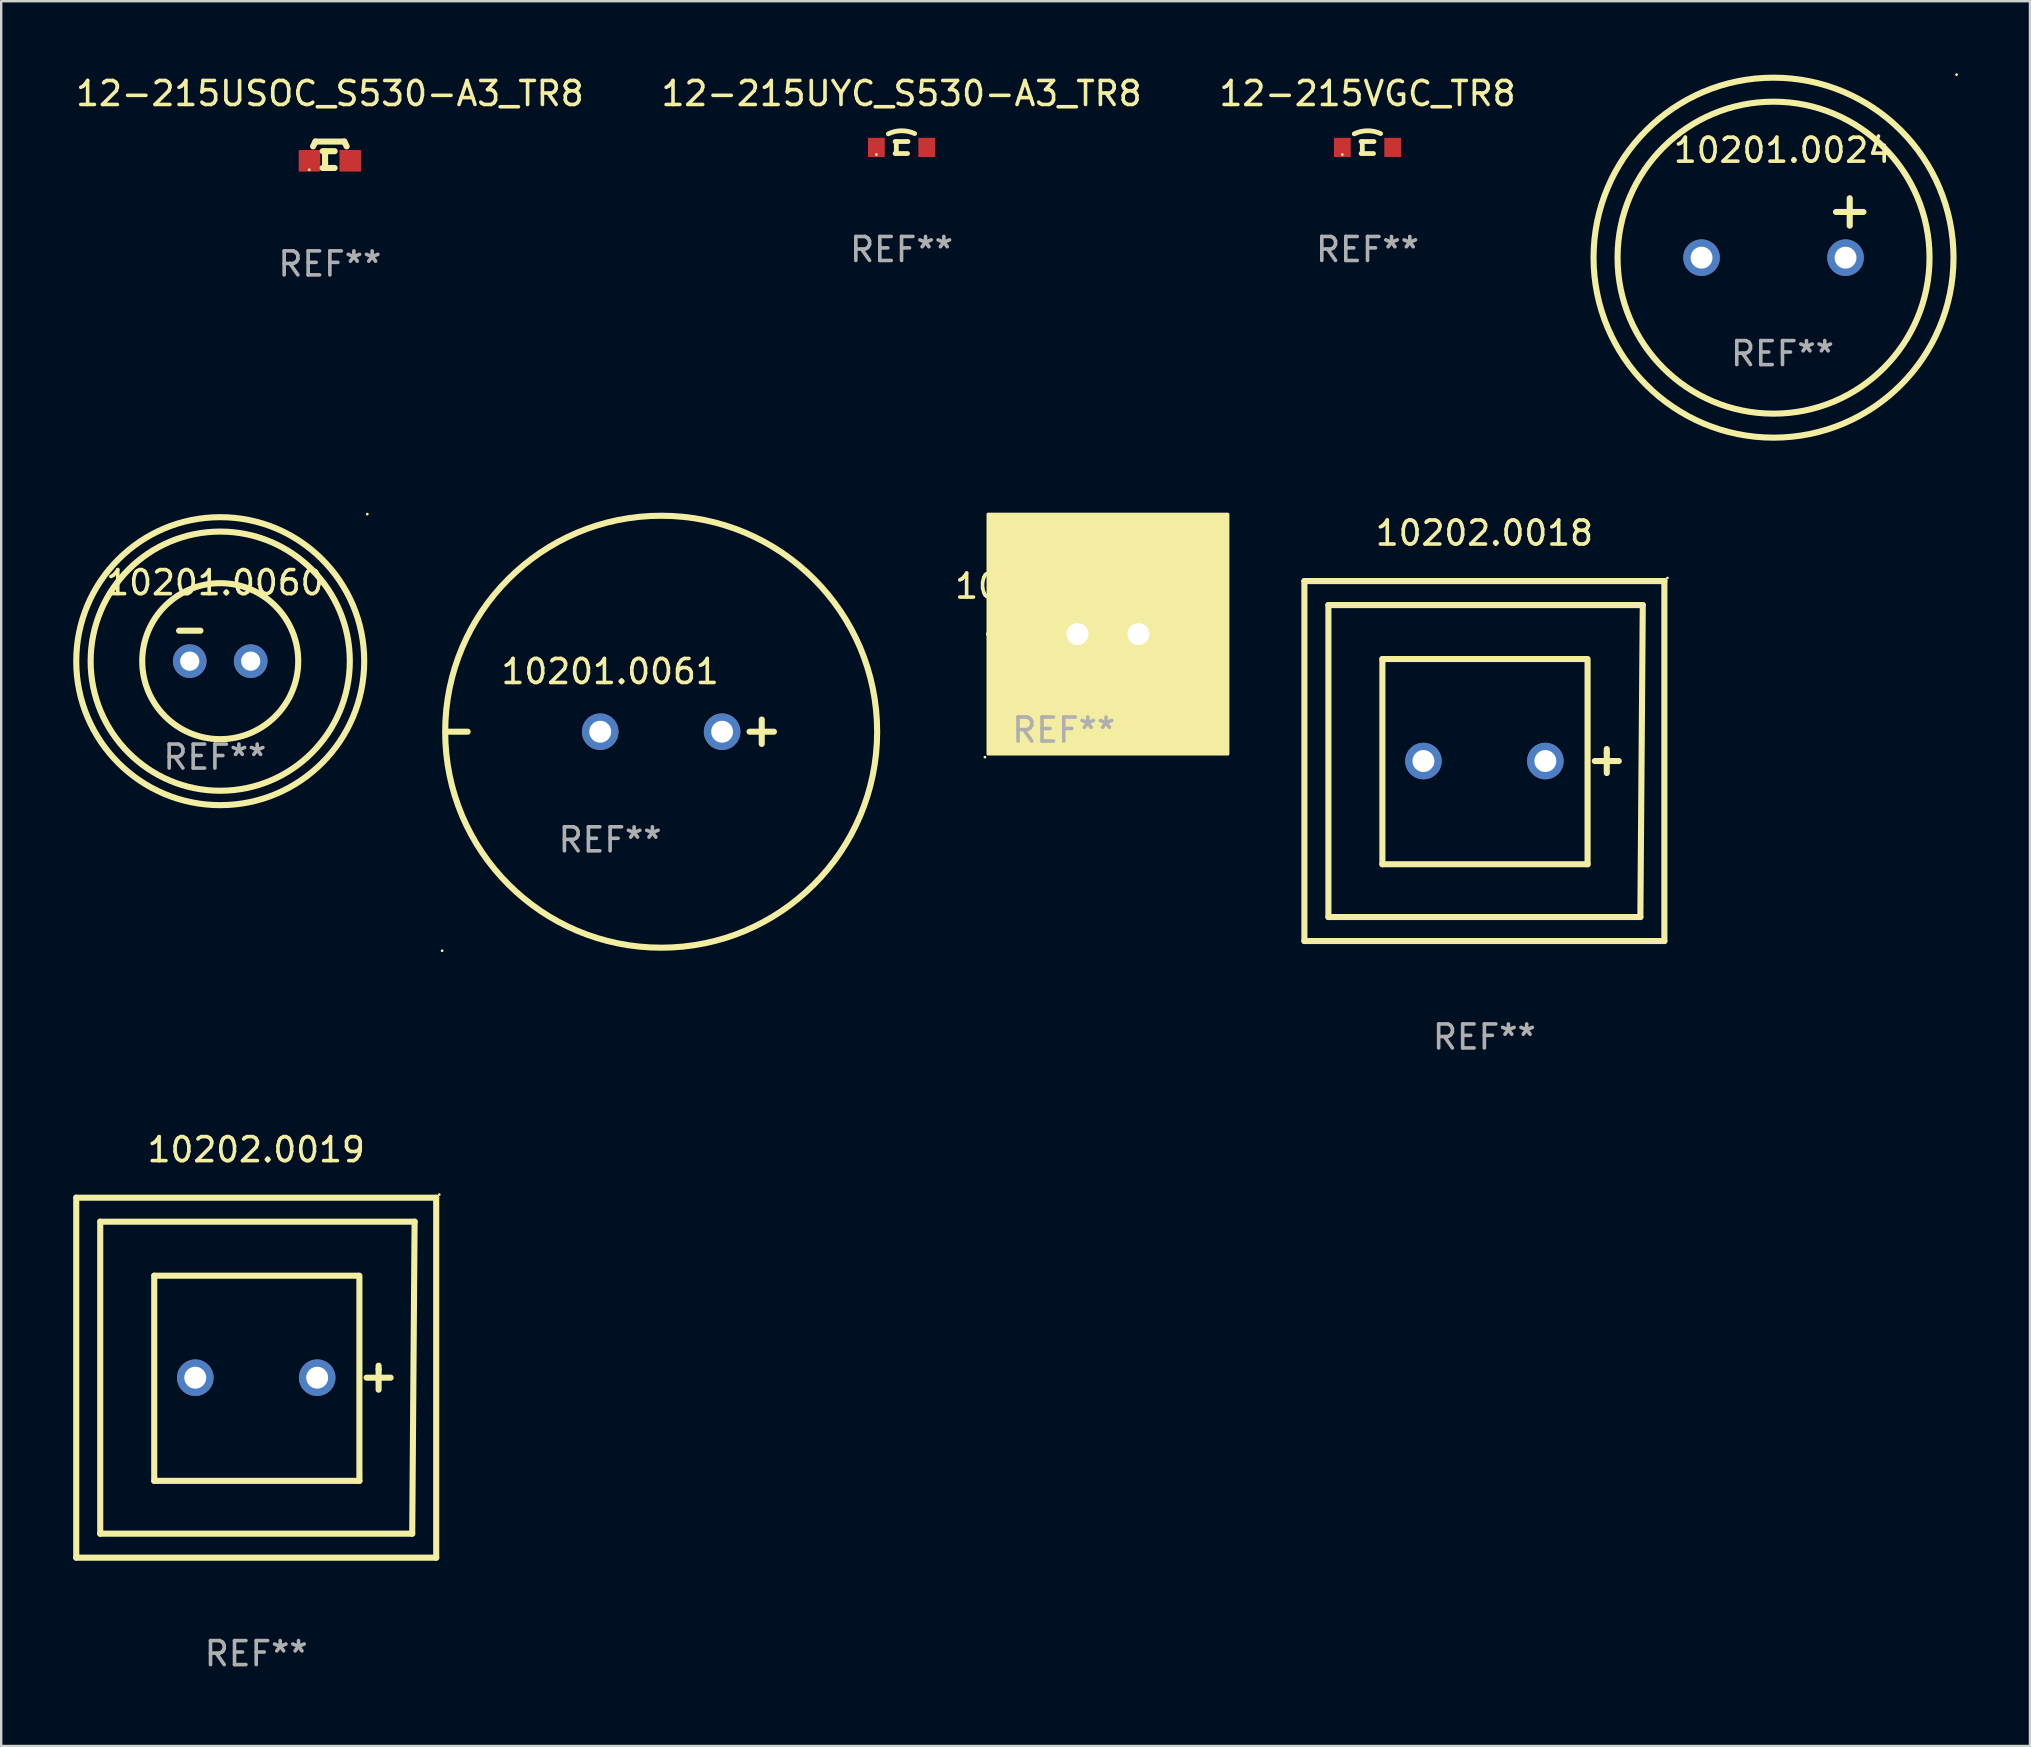
<source format=kicad_pcb>
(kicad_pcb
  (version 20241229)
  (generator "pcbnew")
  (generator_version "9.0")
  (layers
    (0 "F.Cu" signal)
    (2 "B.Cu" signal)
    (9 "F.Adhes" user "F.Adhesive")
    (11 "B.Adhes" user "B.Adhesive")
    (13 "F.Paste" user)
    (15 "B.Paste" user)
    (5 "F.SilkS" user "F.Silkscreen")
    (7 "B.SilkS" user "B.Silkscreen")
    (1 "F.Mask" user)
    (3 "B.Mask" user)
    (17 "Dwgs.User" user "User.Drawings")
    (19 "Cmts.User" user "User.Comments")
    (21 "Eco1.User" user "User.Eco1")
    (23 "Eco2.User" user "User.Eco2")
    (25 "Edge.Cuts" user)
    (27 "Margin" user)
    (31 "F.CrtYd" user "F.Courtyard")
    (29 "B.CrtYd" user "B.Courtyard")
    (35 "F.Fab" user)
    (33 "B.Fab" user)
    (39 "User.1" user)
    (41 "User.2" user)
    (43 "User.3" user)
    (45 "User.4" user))
  (footprint "10202.0016"
    (layer "F.Cu")
    (at 41.277 23.374)
    (property "Reference" "10202.0016" (at 0 -2 0) (layer "F.SilkS") (effects (font (size 1 1) (thickness 0.15))))
    (attr through_hole)
    (fp_line (start -3.112 0) (end -2.35 0) (stroke (width 0.254) (type solid)) (layer "F.SilkS"))
    (fp_circle (center -3.285 5.127) (end -3.255 5.127) (stroke (width 0.06) (type solid)) (fill no) (layer "F.SilkS"))
    (fp_poly (pts (xy -3.158 -5) (xy 6.842 -5) (xy 6.842 5) (xy -3.158 5)) (stroke (width 0.12) (type solid)) (fill yes) (layer "F.SilkS"))
    (fp_text user "REF**" (at 0 4 0) (layer "F.Fab") (effects (font (size 1 1) (thickness 0.15))))
    (pad "1" thru_hole circle (at 0.572 0) (size 1.524 1.524) (drill 0.914) (layers "*.Cu" "*.Mask"))
    (pad "2" thru_hole circle (at 3.112 0) (size 1.524 1.524) (drill 0.914) (layers "*.Cu" "*.Mask")))
  (footprint "10202.0019"
    (layer "F.Cu")
    (at 7.627 54.359)
    (property "Reference" "10202.0019" (at 0 -9.5 0) (layer "F.SilkS") (effects (font (size 1 1) (thickness 0.15))))
    (attr through_hole)
    (fp_line (start -7.5 -7.5) (end -7.5 7.5) (stroke (width 0.254) (type solid)) (layer "F.SilkS"))
    (fp_line (start -7.5 -7.5) (end 7.5 -7.5) (stroke (width 0.254) (type solid)) (layer "F.SilkS"))
    (fp_line (start -7.5 7.5) (end 7.5 7.5) (stroke (width 0.254) (type solid)) (layer "F.SilkS"))
    (fp_line (start -6.5 -6.5) (end 6.6 -6.5) (stroke (width 0.254) (type solid)) (layer "F.SilkS"))
    (fp_line (start -6.5 6.5) (end -6.5 -6.5) (stroke (width 0.254) (type solid)) (layer "F.SilkS"))
    (fp_line (start -6.5 6.5) (end 6.5 6.5) (stroke (width 0.254) (type solid)) (layer "F.SilkS"))
    (fp_line (start -4.25 -4.25) (end -4.25 4.3) (stroke (width 0.254) (type solid)) (layer "F.SilkS"))
    (fp_line (start -4.25 4.3) (end 4.3 4.3) (stroke (width 0.254) (type solid)) (layer "F.SilkS"))
    (fp_line (start 4.25 -4.25) (end -4.25 -4.25) (stroke (width 0.254) (type solid)) (layer "F.SilkS"))
    (fp_line (start 4.3 4.3) (end 4.3 -4.25) (stroke (width 0.254) (type solid)) (layer "F.SilkS"))
    (fp_line (start 4.6 0) (end 5.6 0) (stroke (width 0.254) (type solid)) (layer "F.SilkS"))
    (fp_line (start 5.1 -0.348) (end 5.1 -0.501) (stroke (width 0.254) (type solid)) (layer "F.SilkS"))
    (fp_line (start 5.1 0.5) (end 5.1 -0.348) (stroke (width 0.254) (type solid)) (layer "F.SilkS"))
    (fp_line (start 6.6 -6.5) (end 6.5 6.5) (stroke (width 0.254) (type solid)) (layer "F.SilkS"))
    (fp_line (start 7.5 7.5) (end 7.5 -7.5) (stroke (width 0.254) (type solid)) (layer "F.SilkS"))
    (fp_circle (center 7.627 -7.627) (end 7.657 -7.627) (stroke (width 0.06) (type solid)) (fill no) (layer "F.SilkS"))
    (fp_text user "REF**" (at 0 11.5 0) (layer "F.Fab") (effects (font (size 1 1) (thickness 0.15))))
    (pad "1" thru_hole circle (at 2.54 0) (size 1.524 1.524) (drill 0.914) (layers "*.Cu" "*.Mask"))
    (pad "2" thru_hole circle (at -2.54 0) (size 1.524 1.524) (drill 0.914) (layers "*.Cu" "*.Mask")))
  (footprint "10201.0024"
    (layer "F.Cu")
    (at 71.227 6.449)
    (property "Reference" "10201.0024" (at 0 -3.238 0) (layer "F.SilkS") (effects (font (size 1 1) (thickness 0.15))))
    (attr through_hole)
    (fp_line (start 2.23 -0.667) (end 3.373 -0.667) (stroke (width 0.254) (type solid)) (layer "F.SilkS"))
    (fp_line (start 2.802 -0.095) (end 2.802 -1.238) (stroke (width 0.254) (type solid)) (layer "F.SilkS"))
    (fp_circle (center -0.373 1.238) (end 6.127 1.238) (stroke (width 0.254) (type solid)) (fill no) (layer "F.SilkS"))
    (fp_circle (center -0.373 1.238) (end 7.127 1.238) (stroke (width 0.254) (type solid)) (fill no) (layer "F.SilkS"))
    (fp_circle (center 7.254 -6.389) (end 7.284 -6.389) (stroke (width 0.06) (type solid)) (fill no) (layer "F.SilkS"))
    (fp_text user "REF**" (at 0 5.238 0) (layer "F.Fab") (effects (font (size 1 1) (thickness 0.15))))
    (pad "1" thru_hole circle (at 2.627 1.238) (size 1.524 1.524) (drill 0.914) (layers "*.Cu" "*.Mask"))
    (pad "2" thru_hole circle (at -3.373 1.238) (size 1.524 1.524) (drill 0.914) (layers "*.Cu" "*.Mask")))
  (footprint "12-215UYC_S530-A3_TR8"
    (layer "F.Cu")
    (at 34.518 3.098)
    (property "Reference" "12-215UYC_S530-A3_TR8" (at 0 -2.25 0) (layer "F.SilkS") (effects (font (size 1 1) (thickness 0.15))))
    (attr through_hole)
    (fp_line (start -0.269 -0.25) (end 0.269 -0.25) (stroke (width 0.2) (type solid)) (layer "F.SilkS"))
    (fp_line (start -0.269 0.25) (end 0.25 0.25) (stroke (width 0.2) (type solid)) (layer "F.SilkS"))
    (fp_line (start -0.217 -0.25) (end -0.217 0.25) (stroke (width 0.2) (type solid)) (layer "F.SilkS"))
    (fp_arc (start -0.552223 -0.57065) (mid -0.004732 -0.699117) (end 0.545364 -0.58231) (stroke (width 0.2) (type solid)) (layer "F.SilkS"))
    (fp_circle (center -1.05 0.295) (end -1.02 0.295) (stroke (width 0.06) (type solid)) (fill no) (layer "F.SilkS"))
    (fp_text user "REF**" (at 0 4.25 0) (layer "F.Fab") (effects (font (size 1 1) (thickness 0.15))))
    (pad "1" smd rect (at -1.05 -0.005 180) (size 0.7 0.8) (layers "F.Cu" "F.Mask" "F.Paste"))
    (pad "2" smd rect (at 1.05 -0.005 180) (size 0.7 0.8) (layers "F.Cu" "F.Mask" "F.Paste")))
  (footprint "10201.0061"
    (layer "F.Cu")
    (at 22.374 27.441)
    (property "Reference" "10201.0061" (at 0 -2.508 0) (layer "F.SilkS") (effects (font (size 1 1) (thickness 0.15))))
    (attr through_hole)
    (fp_line (start -6.826 0) (end -5.937 0) (stroke (width 0.254) (type solid)) (layer "F.SilkS"))
    (fp_line (start 5.81 0) (end 6.826 0) (stroke (width 0.254) (type solid)) (layer "F.SilkS"))
    (fp_line (start 6.318 0.508) (end 6.318 -0.508) (stroke (width 0.254) (type solid)) (layer "F.SilkS"))
    (fp_circle (center -7 9.127) (end -6.97 9.127) (stroke (width 0.06) (type solid)) (fill no) (layer "F.SilkS"))
    (fp_circle (center 2.127 0) (end 11.127 0) (stroke (width 0.254) (type solid)) (fill no) (layer "F.SilkS"))
    (fp_text user "REF**" (at 0 4.508 0) (layer "F.Fab") (effects (font (size 1 1) (thickness 0.15))))
    (pad "1" thru_hole circle (at -0.413 0) (size 1.524 1.524) (drill 0.914) (layers "*.Cu" "*.Mask"))
    (pad "2" thru_hole circle (at 4.667 0) (size 1.524 1.524) (drill 0.914) (layers "*.Cu" "*.Mask")))
  (footprint "12-215VGC_TR8"
    (layer "F.Cu")
    (at 53.935 3.098)
    (property "Reference" "12-215VGC_TR8" (at 0 -2.25 0) (layer "F.SilkS") (effects (font (size 1 1) (thickness 0.15))))
    (attr through_hole)
    (fp_line (start -0.269 -0.25) (end 0.269 -0.25) (stroke (width 0.2) (type solid)) (layer "F.SilkS"))
    (fp_line (start -0.269 0.25) (end 0.25 0.25) (stroke (width 0.2) (type solid)) (layer "F.SilkS"))
    (fp_line (start -0.217 -0.25) (end -0.217 0.25) (stroke (width 0.2) (type solid)) (layer "F.SilkS"))
    (fp_arc (start -0.552223 -0.57065) (mid -0.004732 -0.699117) (end 0.545364 -0.58231) (stroke (width 0.2) (type solid)) (layer "F.SilkS"))
    (fp_circle (center -1.05 0.295) (end -1.02 0.295) (stroke (width 0.06) (type solid)) (fill no) (layer "F.SilkS"))
    (fp_text user "REF**" (at 0 4.25 0) (layer "F.Fab") (effects (font (size 1 1) (thickness 0.15))))
    (pad "1" smd rect (at -1.05 -0.005 180) (size 0.7 0.8) (layers "F.Cu" "F.Mask" "F.Paste"))
    (pad "2" smd rect (at 1.05 -0.005 180) (size 0.7 0.8) (layers "F.Cu" "F.Mask" "F.Paste")))
  (footprint "10202.0018"
    (layer "F.Cu")
    (at 58.805 28.663)
    (property "Reference" "10202.0018" (at 0 -9.5 0) (layer "F.SilkS") (effects (font (size 1 1) (thickness 0.15))))
    (attr through_hole)
    (fp_line (start -7.5 -7.5) (end -7.5 7.5) (stroke (width 0.254) (type solid)) (layer "F.SilkS"))
    (fp_line (start -7.5 -7.5) (end 7.5 -7.5) (stroke (width 0.254) (type solid)) (layer "F.SilkS"))
    (fp_line (start -7.5 7.5) (end 7.5 7.5) (stroke (width 0.254) (type solid)) (layer "F.SilkS"))
    (fp_line (start -6.5 -6.5) (end 6.6 -6.5) (stroke (width 0.254) (type solid)) (layer "F.SilkS"))
    (fp_line (start -6.5 6.5) (end -6.5 -6.5) (stroke (width 0.254) (type solid)) (layer "F.SilkS"))
    (fp_line (start -6.5 6.5) (end 6.5 6.5) (stroke (width 0.254) (type solid)) (layer "F.SilkS"))
    (fp_line (start -4.25 -4.25) (end -4.25 4.3) (stroke (width 0.254) (type solid)) (layer "F.SilkS"))
    (fp_line (start -4.25 4.3) (end 4.3 4.3) (stroke (width 0.254) (type solid)) (layer "F.SilkS"))
    (fp_line (start 4.25 -4.25) (end -4.25 -4.25) (stroke (width 0.254) (type solid)) (layer "F.SilkS"))
    (fp_line (start 4.3 4.3) (end 4.3 -4.25) (stroke (width 0.254) (type solid)) (layer "F.SilkS"))
    (fp_line (start 4.6 0) (end 5.6 0) (stroke (width 0.254) (type solid)) (layer "F.SilkS"))
    (fp_line (start 5.1 -0.348) (end 5.1 -0.501) (stroke (width 0.254) (type solid)) (layer "F.SilkS"))
    (fp_line (start 5.1 0.5) (end 5.1 -0.348) (stroke (width 0.254) (type solid)) (layer "F.SilkS"))
    (fp_line (start 6.6 -6.5) (end 6.5 6.5) (stroke (width 0.254) (type solid)) (layer "F.SilkS"))
    (fp_line (start 7.5 7.5) (end 7.5 -7.5) (stroke (width 0.254) (type solid)) (layer "F.SilkS"))
    (fp_circle (center 7.627 -7.627) (end 7.657 -7.627) (stroke (width 0.06) (type solid)) (fill no) (layer "F.SilkS"))
    (fp_text user "REF**" (at 0 11.5 0) (layer "F.Fab") (effects (font (size 1 1) (thickness 0.15))))
    (pad "1" thru_hole circle (at 2.54 0) (size 1.524 1.524) (drill 0.914) (layers "*.Cu" "*.Mask"))
    (pad "2" thru_hole circle (at -2.54 0) (size 1.524 1.524) (drill 0.914) (layers "*.Cu" "*.Mask")))
  (footprint "10201.0060"
    (layer "F.Cu")
    (at 5.905 23.866)
    (property "Reference" "10201.0060" (at 0 -2.635 0) (layer "F.SilkS") (effects (font (size 1 1) (thickness 0.15))))
    (attr through_hole)
    (fp_line (start -1.492 -0.635) (end -0.603 -0.635) (stroke (width 0.254) (type solid)) (layer "F.SilkS"))
    (fp_circle (center 0.222 0.635) (end 3.472 0.635) (stroke (width 0.254) (type solid)) (fill no) (layer "F.SilkS"))
    (fp_circle (center 0.222 0.635) (end 5.622 0.635) (stroke (width 0.254) (type solid)) (fill no) (layer "F.SilkS"))
    (fp_circle (center 0.222 0.635) (end 6.222 0.635) (stroke (width 0.254) (type solid)) (fill no) (layer "F.SilkS"))
    (fp_circle (center 6.349 -5.492) (end 6.379 -5.492) (stroke (width 0.06) (type solid)) (fill no) (layer "F.SilkS"))
    (fp_text user "REF**" (at 0 4.635 0) (layer "F.Fab") (effects (font (size 1 1) (thickness 0.15))))
    (pad "1" thru_hole circle (at 1.492 0.635) (size 1.4 1.4) (drill 0.8) (layers "*.Cu" "*.Mask"))
    (pad "2" thru_hole circle (at -1.048 0.635) (size 1.4 1.4) (drill 0.8) (layers "*.Cu" "*.Mask")))
  (footprint "12-215USOC_S530-A3_TR8"
    (layer "F.Cu")
    (at 10.696 3.399)
    (property "Reference" "12-215USOC_S530-A3_TR8" (at 0 -2.551 0) (layer "F.SilkS") (effects (font (size 1 1) (thickness 0.15))))
    (attr through_hole)
    (fp_line (start -0.6 -0.549) (end 0.6 -0.549) (stroke (width 0.254) (type solid)) (layer "F.SilkS"))
    (fp_line (start -0.6 -0.551) (end -0.7 -0.349) (stroke (width 0.254) (type solid)) (layer "F.SilkS"))
    (fp_line (start -0.3 -0.149) (end 0.2 -0.149) (stroke (width 0.254) (type solid)) (layer "F.SilkS"))
    (fp_line (start -0.3 0.551) (end 0.2 0.551) (stroke (width 0.254) (type solid)) (layer "F.SilkS"))
    (fp_line (start -0.201 0.451) (end -0.201 -0.148) (stroke (width 0.254) (type solid)) (layer "F.SilkS"))
    (fp_line (start 0.599 -0.551) (end 0.7 -0.349) (stroke (width 0.254) (type solid)) (layer "F.SilkS"))
    (fp_circle (center -0.86 0.625) (end -0.83 0.625) (stroke (width 0.06) (type solid)) (fill no) (layer "F.SilkS"))
    (fp_text user "REF**" (at 0 4.551 0) (layer "F.Fab") (effects (font (size 1 1) (thickness 0.15))))
    (pad "1" smd rect (at -0.85 0.251) (size 0.9 0.9) (layers "F.Cu" "F.Mask" "F.Paste"))
    (pad "2" smd rect (at 0.85 0.251) (size 0.9 0.9) (layers "F.Cu" "F.Mask" "F.Paste")))
  (gr_rect
    (start -3 -3)
    (end 81.54 69.707)
    (stroke (width 0.1) (type default))
    (fill no)
    (layer "Edge.Cuts")))
</source>
